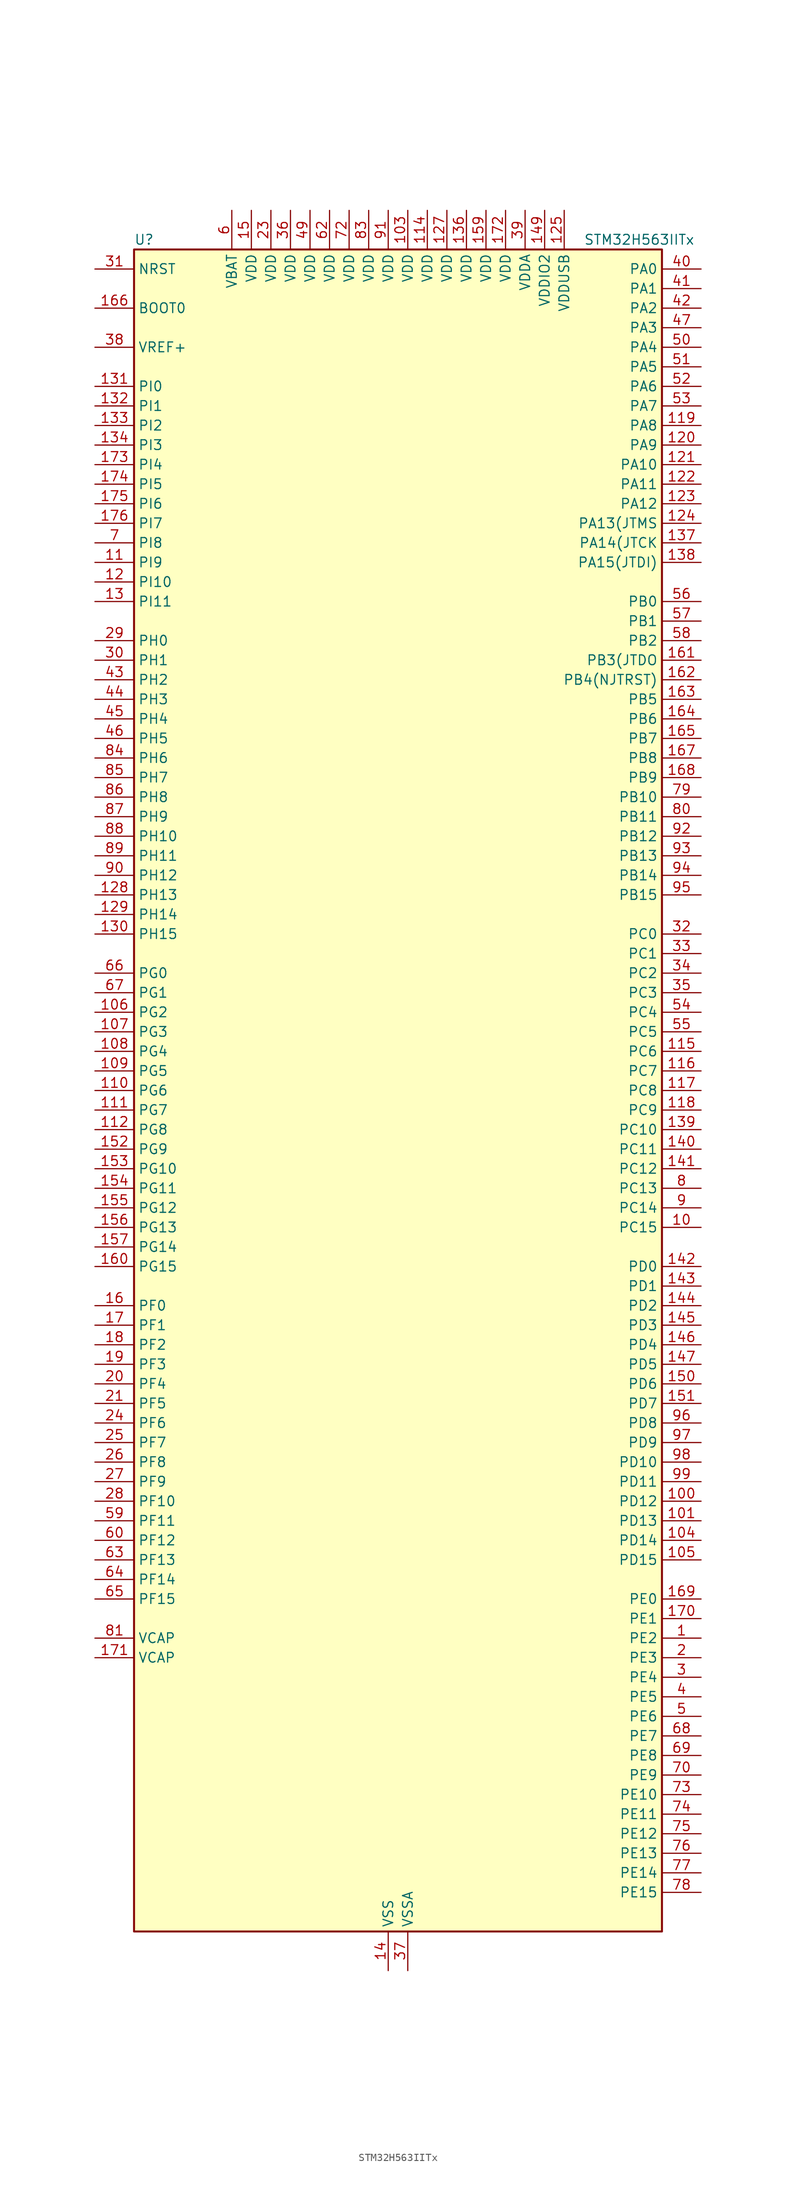
<source format=kicad_sym>
(kicad_symbol_lib
  (version 20231120)
  (generator "kicad_symbol_editor")
  (generator_version "8.0")
  (symbol "STM32H563IITx"
    (property "Reference" "U"
      (at -33.02 110.49 0)
      (effects (font (size 1.27 1.27)) (justify left)))
    (property "Value" "STM32H563IITx"
      (at 25.4 110.49 0)
      (effects (font (size 1.27 1.27)) (justify left)))
    (property "ki_locked" ""
      (at 0 0 0)
      (effects (font (size 1.27 1.27))))
    (symbol "STM32H563IITx_0_1"
      (rectangle (start -33.02 -109.22) (end 35.56 109.22) (stroke (width 0.254) (type default)) (fill (type background))))
    (symbol "STM32H563IITx_1_1"
      (pin bidirectional line (at 40.64 -71.12 180) (length 5.08) (name "PE2" (effects (font (size 1.27 1.27)))) (number "1" (effects (font (size 1.27 1.27)))) (alternate "DCMI_D3" bidirectional line) (alternate "DEBUG_TRACECLK" bidirectional line) (alternate "ETH_TXD3" bidirectional line) (alternate "FMC_A23" bidirectional line) (alternate "LPTIM1_IN2" bidirectional line) (alternate "OCTOSPI1_IO2" bidirectional line) (alternate "PSSI_D3" bidirectional line) (alternate "SAI1_CK1" bidirectional line) (alternate "SAI1_MCLK_A" bidirectional line) (alternate "SPI4_SCK" bidirectional line) (alternate "UART8_TX" bidirectional line) (alternate "USART10_RX" bidirectional line))
      (pin bidirectional line (at 40.64 -17.78 180) (length 5.08) (name "PC15" (effects (font (size 1.27 1.27)))) (number "10" (effects (font (size 1.27 1.27)))) (alternate "ADC1_EXTI15" bidirectional line) (alternate "ADC2_EXTI15" bidirectional line) (alternate "RCC_OSC32_OUT" bidirectional line))
      (pin bidirectional line (at 40.64 -53.34 180) (length 5.08) (name "PD12" (effects (font (size 1.27 1.27)))) (number "100" (effects (font (size 1.27 1.27)))) (alternate "DCMI_D12" bidirectional line) (alternate "FMC_A17" bidirectional line) (alternate "FMC_ALE" bidirectional line) (alternate "I2C4_SCL" bidirectional line) (alternate "I3C1_SCL" bidirectional line) (alternate "LPTIM1_IN1" bidirectional line) (alternate "LPTIM2_IN1" bidirectional line) (alternate "OCTOSPI1_IO1" bidirectional line) (alternate "PSSI_D12" bidirectional line) (alternate "SAI1_D1" bidirectional line) (alternate "SAI2_FS_A" bidirectional line) (alternate "TIM4_CH1" bidirectional line) (alternate "UART4_TX" bidirectional line) (alternate "USART3_RTS" bidirectional line))
      (pin bidirectional line (at 40.64 -55.88 180) (length 5.08) (name "PD13" (effects (font (size 1.27 1.27)))) (number "101" (effects (font (size 1.27 1.27)))) (alternate "DCMI_D13" bidirectional line) (alternate "FMC_A18" bidirectional line) (alternate "I2C4_SDA" bidirectional line) (alternate "I3C1_SDA" bidirectional line) (alternate "LPTIM1_CH1" bidirectional line) (alternate "LPTIM2_CH1" bidirectional line) (alternate "LPTIM4_IN1" bidirectional line) (alternate "OCTOSPI1_IO3" bidirectional line) (alternate "PSSI_D13" bidirectional line) (alternate "SAI2_SCK_A" bidirectional line) (alternate "TIM4_CH2" bidirectional line) (alternate "UART9_RTS" bidirectional line))
      (pin passive line (at 0 -114.3 90) (length 5.08) hide (name "VSS" (effects (font (size 1.27 1.27)))) (number "102" (effects (font (size 1.27 1.27)))))
      (pin power_in line (at 2.54 114.3 270) (length 5.08) (name "VDD" (effects (font (size 1.27 1.27)))) (number "103" (effects (font (size 1.27 1.27)))))
      (pin bidirectional line (at 40.64 -58.42 180) (length 5.08) (name "PD14" (effects (font (size 1.27 1.27)))) (number "104" (effects (font (size 1.27 1.27)))) (alternate "FMC_D0" bidirectional line) (alternate "FMC_DA0" bidirectional line) (alternate "TIM4_CH3" bidirectional line) (alternate "UART8_CTS" bidirectional line) (alternate "UART9_RX" bidirectional line))
      (pin bidirectional line (at 40.64 -60.96 180) (length 5.08) (name "PD15" (effects (font (size 1.27 1.27)))) (number "105" (effects (font (size 1.27 1.27)))) (alternate "ADC1_EXTI15" bidirectional line) (alternate "ADC2_EXTI15" bidirectional line) (alternate "FMC_D1" bidirectional line) (alternate "FMC_DA1" bidirectional line) (alternate "TIM4_CH4" bidirectional line) (alternate "UART8_RTS" bidirectional line) (alternate "UART9_TX" bidirectional line))
      (pin bidirectional line (at -38.1 10.16 0) (length 5.08) (name "PG2" (effects (font (size 1.27 1.27)))) (number "106" (effects (font (size 1.27 1.27)))) (alternate "FMC_A12" bidirectional line) (alternate "LPTIM6_ETR" bidirectional line) (alternate "TIM8_BKIN" bidirectional line) (alternate "UART12_RX" bidirectional line))
      (pin bidirectional line (at -38.1 7.62 0) (length 5.08) (name "PG3" (effects (font (size 1.27 1.27)))) (number "107" (effects (font (size 1.27 1.27)))) (alternate "FMC_A13" bidirectional line) (alternate "LPTIM5_ETR" bidirectional line) (alternate "TIM8_BKIN2" bidirectional line) (alternate "UART12_TX" bidirectional line))
      (pin bidirectional line (at -38.1 5.08 0) (length 5.08) (name "PG4" (effects (font (size 1.27 1.27)))) (number "108" (effects (font (size 1.27 1.27)))) (alternate "FMC_A14" bidirectional line) (alternate "FMC_BA0" bidirectional line) (alternate "LPTIM4_ETR" bidirectional line) (alternate "TIM1_BKIN2" bidirectional line))
      (pin bidirectional line (at -38.1 2.54 0) (length 5.08) (name "PG5" (effects (font (size 1.27 1.27)))) (number "109" (effects (font (size 1.27 1.27)))) (alternate "FMC_A15" bidirectional line) (alternate "FMC_BA1" bidirectional line) (alternate "TIM1_ETR" bidirectional line))
      (pin bidirectional line (at -38.1 68.58 0) (length 5.08) (name "PI9" (effects (font (size 1.27 1.27)))) (number "11" (effects (font (size 1.27 1.27)))) (alternate "DAC1_EXTI9" bidirectional line) (alternate "FDCAN1_RX" bidirectional line) (alternate "UART4_RX" bidirectional line))
      (pin bidirectional line (at -38.1 0 0) (length 5.08) (name "PG6" (effects (font (size 1.27 1.27)))) (number "110" (effects (font (size 1.27 1.27)))) (alternate "DCMI_D12" bidirectional line) (alternate "FMC_NE3" bidirectional line) (alternate "I2C4_SDA" bidirectional line) (alternate "I3C1_SDA" bidirectional line) (alternate "OCTOSPI1_NCS" bidirectional line) (alternate "PSSI_D12" bidirectional line) (alternate "SPI1_RDY" bidirectional line) (alternate "TIM17_BKIN" bidirectional line) (alternate "UCPD1_FRSTX" bidirectional line))
      (pin bidirectional line (at -38.1 -2.54 0) (length 5.08) (name "PG7" (effects (font (size 1.27 1.27)))) (number "111" (effects (font (size 1.27 1.27)))) (alternate "DCMI_D13" bidirectional line) (alternate "FMC_INT" bidirectional line) (alternate "I2C4_SCL" bidirectional line) (alternate "I3C1_SCL" bidirectional line) (alternate "PSSI_D13" bidirectional line) (alternate "SAI1_CK2" bidirectional line) (alternate "SAI1_MCLK_A" bidirectional line) (alternate "UCPD1_FRSTX" bidirectional line) (alternate "USART6_CK" bidirectional line))
      (pin bidirectional line (at -38.1 -5.08 0) (length 5.08) (name "PG8" (effects (font (size 1.27 1.27)))) (number "112" (effects (font (size 1.27 1.27)))) (alternate "ETH_PPS_OUT" bidirectional line) (alternate "FMC_SDCLK" bidirectional line) (alternate "SPI6_NSS" bidirectional line) (alternate "TIM8_ETR" bidirectional line) (alternate "USART6_RTS" bidirectional line))
      (pin passive line (at 0 -114.3 90) (length 5.08) hide (name "VSS" (effects (font (size 1.27 1.27)))) (number "113" (effects (font (size 1.27 1.27)))))
      (pin power_in line (at 5.08 114.3 270) (length 5.08) (name "VDD" (effects (font (size 1.27 1.27)))) (number "114" (effects (font (size 1.27 1.27)))))
      (pin bidirectional line (at 40.64 5.08 180) (length 5.08) (name "PC6" (effects (font (size 1.27 1.27)))) (number "115" (effects (font (size 1.27 1.27)))) (alternate "DCMI_D0" bidirectional line) (alternate "FMC_NWAIT" bidirectional line) (alternate "I2S2_MCK" bidirectional line) (alternate "OCTOSPI1_IO5" bidirectional line) (alternate "PSSI_D0" bidirectional line) (alternate "SAI1_SCK_A" bidirectional line) (alternate "SDMMC1_D0DIR" bidirectional line) (alternate "SDMMC1_D6" bidirectional line) (alternate "SDMMC2_D6" bidirectional line) (alternate "TIM3_CH1" bidirectional line) (alternate "TIM8_CH1" bidirectional line) (alternate "USART6_TX" bidirectional line))
      (pin bidirectional line (at 40.64 2.54 180) (length 5.08) (name "PC7" (effects (font (size 1.27 1.27)))) (number "116" (effects (font (size 1.27 1.27)))) (alternate "DCMI_D1" bidirectional line) (alternate "DEBUG_TRGIO" bidirectional line) (alternate "FMC_NE1" bidirectional line) (alternate "I2S3_MCK" bidirectional line) (alternate "OCTOSPI1_IO6" bidirectional line) (alternate "PSSI_D1" bidirectional line) (alternate "SDMMC1_D123DIR" bidirectional line) (alternate "SDMMC1_D7" bidirectional line) (alternate "SDMMC2_D7" bidirectional line) (alternate "TIM3_CH2" bidirectional line) (alternate "TIM8_CH2" bidirectional line) (alternate "USART6_RX" bidirectional line))
      (pin bidirectional line (at 40.64 0 180) (length 5.08) (name "PC8" (effects (font (size 1.27 1.27)))) (number "117" (effects (font (size 1.27 1.27)))) (alternate "DCMI_D2" bidirectional line) (alternate "DEBUG_TRACED1" bidirectional line) (alternate "FMC_ALE" bidirectional line) (alternate "FMC_INT" bidirectional line) (alternate "FMC_NCE" bidirectional line) (alternate "FMC_NE2" bidirectional line) (alternate "PSSI_D2" bidirectional line) (alternate "SDMMC1_D0" bidirectional line) (alternate "TIM3_CH3" bidirectional line) (alternate "TIM8_CH3" bidirectional line) (alternate "UART5_DE" bidirectional line) (alternate "UART5_RTS" bidirectional line) (alternate "USART6_CK" bidirectional line))
      (pin bidirectional line (at 40.64 -2.54 180) (length 5.08) (name "PC9" (effects (font (size 1.27 1.27)))) (number "118" (effects (font (size 1.27 1.27)))) (alternate "AUDIOCLK" bidirectional line) (alternate "DAC1_EXTI9" bidirectional line) (alternate "DCMI_D3" bidirectional line) (alternate "FMC_CLE" bidirectional line) (alternate "I2C3_SDA" bidirectional line) (alternate "OCTOSPI1_IO0" bidirectional line) (alternate "PSSI_D3" bidirectional line) (alternate "RCC_MCO_2" bidirectional line) (alternate "SDMMC1_D1" bidirectional line) (alternate "TIM3_CH4" bidirectional line) (alternate "TIM8_CH4" bidirectional line) (alternate "UART5_CTS" bidirectional line) (alternate "UCPD1_DB2" bidirectional line))
      (pin bidirectional line (at 40.64 86.36 180) (length 5.08) (name "PA8" (effects (font (size 1.27 1.27)))) (number "119" (effects (font (size 1.27 1.27)))) (alternate "DCMI_D3" bidirectional line) (alternate "FMC_NOE" bidirectional line) (alternate "I2C3_SCL" bidirectional line) (alternate "PSSI_D3" bidirectional line) (alternate "RCC_MCO_1" bidirectional line) (alternate "SPI1_RDY" bidirectional line) (alternate "TIM1_CH1" bidirectional line) (alternate "TIM8_BKIN2" bidirectional line) (alternate "UART7_RX" bidirectional line) (alternate "USART1_CK" bidirectional line) (alternate "USB_SOF" bidirectional line))
      (pin bidirectional line (at -38.1 66.04 0) (length 5.08) (name "PI10" (effects (font (size 1.27 1.27)))) (number "12" (effects (font (size 1.27 1.27)))) (alternate "ETH_RX_ER" bidirectional line) (alternate "FDCAN1_RX" bidirectional line) (alternate "PSSI_D14" bidirectional line))
      (pin bidirectional line (at 40.64 83.82 180) (length 5.08) (name "PA9" (effects (font (size 1.27 1.27)))) (number "120" (effects (font (size 1.27 1.27)))) (alternate "DAC1_EXTI9" bidirectional line) (alternate "DCMI_D0" bidirectional line) (alternate "ETH_TX_ER" bidirectional line) (alternate "FMC_NWE" bidirectional line) (alternate "I2C3_SMBA" bidirectional line) (alternate "I2S2_CK" bidirectional line) (alternate "LPUART1_TX" bidirectional line) (alternate "PSSI_D0" bidirectional line) (alternate "SPI2_SCK" bidirectional line) (alternate "TIM1_CH2" bidirectional line) (alternate "UCPD1_DB1" bidirectional line) (alternate "USART1_TX" bidirectional line))
      (pin bidirectional line (at 40.64 81.28 180) (length 5.08) (name "PA10" (effects (font (size 1.27 1.27)))) (number "121" (effects (font (size 1.27 1.27)))) (alternate "DCMI_D1" bidirectional line) (alternate "FDCAN2_TX" bidirectional line) (alternate "LPTIM2_IN2" bidirectional line) (alternate "LPUART1_RX" bidirectional line) (alternate "PSSI_D1" bidirectional line) (alternate "SDMMC1_D0" bidirectional line) (alternate "TIM1_CH3" bidirectional line) (alternate "UCPD1_FRSTX" bidirectional line) (alternate "USART1_RX" bidirectional line))
      (pin bidirectional line (at 40.64 78.74 180) (length 5.08) (name "PA11" (effects (font (size 1.27 1.27)))) (number "122" (effects (font (size 1.27 1.27)))) (alternate "ADC1_EXTI11" bidirectional line) (alternate "ADC2_EXTI11" bidirectional line) (alternate "FDCAN1_RX" bidirectional line) (alternate "I2S2_WS" bidirectional line) (alternate "LPUART1_CTS" bidirectional line) (alternate "SPI2_NSS" bidirectional line) (alternate "TIM1_CH4" bidirectional line) (alternate "UART4_RX" bidirectional line) (alternate "USART1_CTS" bidirectional line) (alternate "USART1_NSS" bidirectional line) (alternate "USB_DM" bidirectional line))
      (pin bidirectional line (at 40.64 76.2 180) (length 5.08) (name "PA12" (effects (font (size 1.27 1.27)))) (number "123" (effects (font (size 1.27 1.27)))) (alternate "FDCAN1_TX" bidirectional line) (alternate "I2S2_CK" bidirectional line) (alternate "LPUART1_RTS" bidirectional line) (alternate "SAI2_FS_B" bidirectional line) (alternate "SPI2_SCK" bidirectional line) (alternate "TIM1_ETR" bidirectional line) (alternate "UART4_TX" bidirectional line) (alternate "USART1_RTS" bidirectional line) (alternate "USB_DP" bidirectional line))
      (pin bidirectional line (at 40.64 73.66 180) (length 5.08) (name "PA13(JTMS" (effects (font (size 1.27 1.27)))) (number "124" (effects (font (size 1.27 1.27)))) (alternate "DEBUG_JTMS-SWDIO" bidirectional line))
      (pin power_in line (at 22.86 114.3 270) (length 5.08) (name "VDDUSB" (effects (font (size 1.27 1.27)))) (number "125" (effects (font (size 1.27 1.27)))))
      (pin passive line (at 0 -114.3 90) (length 5.08) hide (name "VSS" (effects (font (size 1.27 1.27)))) (number "126" (effects (font (size 1.27 1.27)))))
      (pin power_in line (at 7.62 114.3 270) (length 5.08) (name "VDD" (effects (font (size 1.27 1.27)))) (number "127" (effects (font (size 1.27 1.27)))))
      (pin bidirectional line (at -38.1 25.4 0) (length 5.08) (name "PH13" (effects (font (size 1.27 1.27)))) (number "128" (effects (font (size 1.27 1.27)))) (alternate "DCMI_D3" bidirectional line) (alternate "FDCAN1_TX" bidirectional line) (alternate "LPTIM1_IN2" bidirectional line) (alternate "PSSI_D3" bidirectional line) (alternate "TIM8_CH1N" bidirectional line) (alternate "UART4_TX" bidirectional line) (alternate "UART8_TX" bidirectional line))
      (pin bidirectional line (at -38.1 22.86 0) (length 5.08) (name "PH14" (effects (font (size 1.27 1.27)))) (number "129" (effects (font (size 1.27 1.27)))) (alternate "DCMI_D4" bidirectional line) (alternate "FDCAN1_RX" bidirectional line) (alternate "PSSI_D4" bidirectional line) (alternate "TIM8_CH2N" bidirectional line) (alternate "UART4_RX" bidirectional line))
      (pin bidirectional line (at -38.1 63.5 0) (length 5.08) (name "PI11" (effects (font (size 1.27 1.27)))) (number "13" (effects (font (size 1.27 1.27)))) (alternate "ADC1_EXTI11" bidirectional line) (alternate "ADC2_EXTI11" bidirectional line) (alternate "PSSI_D15" bidirectional line) (alternate "TAMP_IN4" bidirectional line) (alternate "TAMP_OUT5" bidirectional line))
      (pin bidirectional line (at -38.1 20.32 0) (length 5.08) (name "PH15" (effects (font (size 1.27 1.27)))) (number "130" (effects (font (size 1.27 1.27)))) (alternate "ADC1_EXTI15" bidirectional line) (alternate "ADC2_EXTI15" bidirectional line) (alternate "DCMI_D11" bidirectional line) (alternate "PSSI_D11" bidirectional line) (alternate "TIM8_CH3N" bidirectional line))
      (pin bidirectional line (at -38.1 91.44 0) (length 5.08) (name "PI0" (effects (font (size 1.27 1.27)))) (number "131" (effects (font (size 1.27 1.27)))) (alternate "DCMI_D13" bidirectional line) (alternate "I2S2_WS" bidirectional line) (alternate "PSSI_D13" bidirectional line) (alternate "SPI2_NSS" bidirectional line) (alternate "TIM5_CH4" bidirectional line))
      (pin bidirectional line (at -38.1 88.9 0) (length 5.08) (name "PI1" (effects (font (size 1.27 1.27)))) (number "132" (effects (font (size 1.27 1.27)))) (alternate "DCMI_D8" bidirectional line) (alternate "I2S2_CK" bidirectional line) (alternate "PSSI_D8" bidirectional line) (alternate "SPI2_SCK" bidirectional line) (alternate "TIM8_BKIN2" bidirectional line))
      (pin bidirectional line (at -38.1 86.36 0) (length 5.08) (name "PI2" (effects (font (size 1.27 1.27)))) (number "133" (effects (font (size 1.27 1.27)))) (alternate "DCMI_D9" bidirectional line) (alternate "I2S2_SDI" bidirectional line) (alternate "PSSI_D9" bidirectional line) (alternate "SPI2_MISO" bidirectional line) (alternate "TIM8_CH4" bidirectional line))
      (pin bidirectional line (at -38.1 83.82 0) (length 5.08) (name "PI3" (effects (font (size 1.27 1.27)))) (number "134" (effects (font (size 1.27 1.27)))) (alternate "DCMI_D10" bidirectional line) (alternate "I2S2_SDO" bidirectional line) (alternate "PSSI_D10" bidirectional line) (alternate "SPI2_MOSI" bidirectional line) (alternate "TIM8_ETR" bidirectional line))
      (pin passive line (at 0 -114.3 90) (length 5.08) hide (name "VSS" (effects (font (size 1.27 1.27)))) (number "135" (effects (font (size 1.27 1.27)))))
      (pin power_in line (at 10.16 114.3 270) (length 5.08) (name "VDD" (effects (font (size 1.27 1.27)))) (number "136" (effects (font (size 1.27 1.27)))))
      (pin bidirectional line (at 40.64 71.12 180) (length 5.08) (name "PA14(JTCK" (effects (font (size 1.27 1.27)))) (number "137" (effects (font (size 1.27 1.27)))) (alternate "DEBUG_JTCK-SWCLK" bidirectional line))
      (pin bidirectional line (at 40.64 68.58 180) (length 5.08) (name "PA15(JTDI)" (effects (font (size 1.27 1.27)))) (number "138" (effects (font (size 1.27 1.27)))) (alternate "ADC1_EXTI15" bidirectional line) (alternate "ADC2_EXTI15" bidirectional line) (alternate "CEC" bidirectional line) (alternate "DCMI_D11" bidirectional line) (alternate "DEBUG_JTDI" bidirectional line) (alternate "FMC_NBL1" bidirectional line) (alternate "I2S1_WS" bidirectional line) (alternate "I2S3_WS" bidirectional line) (alternate "LPTIM3_IN2" bidirectional line) (alternate "PSSI_D11" bidirectional line) (alternate "SPI1_NSS" bidirectional line) (alternate "SPI3_NSS" bidirectional line) (alternate "SPI6_NSS" bidirectional line) (alternate "TIM2_CH1" bidirectional line) (alternate "TIM2_ETR" bidirectional line) (alternate "UART4_DE" bidirectional line) (alternate "UART4_RTS" bidirectional line) (alternate "UART7_TX" bidirectional line))
      (pin bidirectional line (at 40.64 -5.08 180) (length 5.08) (name "PC10" (effects (font (size 1.27 1.27)))) (number "139" (effects (font (size 1.27 1.27)))) (alternate "DCMI_D8" bidirectional line) (alternate "ETH_TXD0" bidirectional line) (alternate "I2S3_CK" bidirectional line) (alternate "LPTIM3_ETR" bidirectional line) (alternate "OCTOSPI1_IO1" bidirectional line) (alternate "PSSI_D8" bidirectional line) (alternate "SDMMC1_D2" bidirectional line) (alternate "SPI3_SCK" bidirectional line) (alternate "UART4_TX" bidirectional line) (alternate "USART3_TX" bidirectional line))
      (pin power_in line (at 0 -114.3 90) (length 5.08) (name "VSS" (effects (font (size 1.27 1.27)))) (number "14" (effects (font (size 1.27 1.27)))))
      (pin bidirectional line (at 40.64 -7.62 180) (length 5.08) (name "PC11" (effects (font (size 1.27 1.27)))) (number "140" (effects (font (size 1.27 1.27)))) (alternate "ADC1_EXTI11" bidirectional line) (alternate "ADC2_EXTI11" bidirectional line) (alternate "DCMI_D4" bidirectional line) (alternate "I2S3_SDI" bidirectional line) (alternate "LPTIM3_IN1" bidirectional line) (alternate "OCTOSPI1_NCS" bidirectional line) (alternate "PSSI_D4" bidirectional line) (alternate "SDMMC1_D3" bidirectional line) (alternate "SPI3_MISO" bidirectional line) (alternate "UART4_RX" bidirectional line) (alternate "USART3_RX" bidirectional line))
      (pin bidirectional line (at 40.64 -10.16 180) (length 5.08) (name "PC12" (effects (font (size 1.27 1.27)))) (number "141" (effects (font (size 1.27 1.27)))) (alternate "DCMI_D9" bidirectional line) (alternate "DEBUG_TRACED3" bidirectional line) (alternate "I2S3_SDO" bidirectional line) (alternate "PSSI_D9" bidirectional line) (alternate "SDMMC1_CK" bidirectional line) (alternate "SPI3_MOSI" bidirectional line) (alternate "SPI6_SCK" bidirectional line) (alternate "TIM15_CH1" bidirectional line) (alternate "UART5_TX" bidirectional line) (alternate "USART3_CK" bidirectional line))
      (pin bidirectional line (at 40.64 -22.86 180) (length 5.08) (name "PD0" (effects (font (size 1.27 1.27)))) (number "142" (effects (font (size 1.27 1.27)))) (alternate "FDCAN1_RX" bidirectional line) (alternate "FMC_D2" bidirectional line) (alternate "FMC_DA2" bidirectional line) (alternate "TIM8_CH4N" bidirectional line) (alternate "UART4_RX" bidirectional line) (alternate "UART9_CTS" bidirectional line))
      (pin bidirectional line (at 40.64 -25.4 180) (length 5.08) (name "PD1" (effects (font (size 1.27 1.27)))) (number "143" (effects (font (size 1.27 1.27)))) (alternate "FDCAN1_TX" bidirectional line) (alternate "FMC_D3" bidirectional line) (alternate "FMC_DA3" bidirectional line) (alternate "UART4_TX" bidirectional line))
      (pin bidirectional line (at 40.64 -27.94 180) (length 5.08) (name "PD2" (effects (font (size 1.27 1.27)))) (number "144" (effects (font (size 1.27 1.27)))) (alternate "DCMI_D11" bidirectional line) (alternate "DEBUG_TRACED2" bidirectional line) (alternate "LPTIM4_ETR" bidirectional line) (alternate "PSSI_D11" bidirectional line) (alternate "PWR_WKUP7" bidirectional line) (alternate "SDMMC1_CMD" bidirectional line) (alternate "TIM15_BKIN" bidirectional line) (alternate "TIM3_ETR" bidirectional line) (alternate "UART5_RX" bidirectional line))
      (pin bidirectional line (at 40.64 -30.48 180) (length 5.08) (name "PD3" (effects (font (size 1.27 1.27)))) (number "145" (effects (font (size 1.27 1.27)))) (alternate "DCMI_D5" bidirectional line) (alternate "FMC_CLK" bidirectional line) (alternate "I2S2_CK" bidirectional line) (alternate "PSSI_D5" bidirectional line) (alternate "PWR_WKUP8" bidirectional line) (alternate "SPI2_SCK" bidirectional line) (alternate "USART2_CTS" bidirectional line) (alternate "USART2_NSS" bidirectional line))
      (pin bidirectional line (at 40.64 -33.02 180) (length 5.08) (name "PD4" (effects (font (size 1.27 1.27)))) (number "146" (effects (font (size 1.27 1.27)))) (alternate "FMC_NOE" bidirectional line) (alternate "OCTOSPI1_IO4" bidirectional line) (alternate "USART2_RTS" bidirectional line))
      (pin bidirectional line (at 40.64 -35.56 180) (length 5.08) (name "PD5" (effects (font (size 1.27 1.27)))) (number "147" (effects (font (size 1.27 1.27)))) (alternate "FDCAN1_TX" bidirectional line) (alternate "FMC_NWE" bidirectional line) (alternate "OCTOSPI1_IO5" bidirectional line) (alternate "SPI2_RDY" bidirectional line) (alternate "TIM1_CH4N" bidirectional line) (alternate "USART2_TX" bidirectional line))
      (pin passive line (at 0 -114.3 90) (length 5.08) hide (name "VSS" (effects (font (size 1.27 1.27)))) (number "148" (effects (font (size 1.27 1.27)))))
      (pin power_in line (at 20.32 114.3 270) (length 5.08) (name "VDDIO2" (effects (font (size 1.27 1.27)))) (number "149" (effects (font (size 1.27 1.27)))))
      (pin power_in line (at -17.78 114.3 270) (length 5.08) (name "VDD" (effects (font (size 1.27 1.27)))) (number "15" (effects (font (size 1.27 1.27)))))
      (pin bidirectional line (at 40.64 -38.1 180) (length 5.08) (name "PD6" (effects (font (size 1.27 1.27)))) (number "150" (effects (font (size 1.27 1.27)))) (alternate "DCMI_D10" bidirectional line) (alternate "FMC_NWAIT" bidirectional line) (alternate "I2S3_SDO" bidirectional line) (alternate "OCTOSPI1_IO6" bidirectional line) (alternate "PSSI_D10" bidirectional line) (alternate "SAI1_D1" bidirectional line) (alternate "SAI1_SD_A" bidirectional line) (alternate "SDMMC2_CK" bidirectional line) (alternate "SPI3_MOSI" bidirectional line) (alternate "USART2_RX" bidirectional line))
      (pin bidirectional line (at 40.64 -40.64 180) (length 5.08) (name "PD7" (effects (font (size 1.27 1.27)))) (number "151" (effects (font (size 1.27 1.27)))) (alternate "FMC_NCE" bidirectional line) (alternate "FMC_NE1" bidirectional line) (alternate "I2S1_SDO" bidirectional line) (alternate "LPTIM4_OUT" bidirectional line) (alternate "OCTOSPI1_IO7" bidirectional line) (alternate "SDMMC2_CMD" bidirectional line) (alternate "SPI1_MOSI" bidirectional line) (alternate "USART2_CK" bidirectional line))
      (pin bidirectional line (at -38.1 -7.62 0) (length 5.08) (name "PG9" (effects (font (size 1.27 1.27)))) (number "152" (effects (font (size 1.27 1.27)))) (alternate "DAC1_EXTI9" bidirectional line) (alternate "DCMI_VSYNC" bidirectional line) (alternate "FMC_NCE" bidirectional line) (alternate "FMC_NE2" bidirectional line) (alternate "I2S1_SDI" bidirectional line) (alternate "OCTOSPI1_IO6" bidirectional line) (alternate "PSSI_RDY" bidirectional line) (alternate "SAI2_FS_B" bidirectional line) (alternate "SDMMC2_D0" bidirectional line) (alternate "SPI1_MISO" bidirectional line) (alternate "USART6_RX" bidirectional line))
      (pin bidirectional line (at -38.1 -10.16 0) (length 5.08) (name "PG10" (effects (font (size 1.27 1.27)))) (number "153" (effects (font (size 1.27 1.27)))) (alternate "DCMI_D2" bidirectional line) (alternate "FMC_NE3" bidirectional line) (alternate "I2S1_WS" bidirectional line) (alternate "PSSI_D2" bidirectional line) (alternate "SAI2_SD_B" bidirectional line) (alternate "SDMMC2_D1" bidirectional line) (alternate "SPI1_NSS" bidirectional line))
      (pin bidirectional line (at -38.1 -12.7 0) (length 5.08) (name "PG11" (effects (font (size 1.27 1.27)))) (number "154" (effects (font (size 1.27 1.27)))) (alternate "ADC1_EXTI11" bidirectional line) (alternate "ADC2_EXTI11" bidirectional line) (alternate "DCMI_D3" bidirectional line) (alternate "ETH_TX_EN" bidirectional line) (alternate "I2S1_CK" bidirectional line) (alternate "LPTIM1_IN2" bidirectional line) (alternate "PSSI_D3" bidirectional line) (alternate "SDMMC2_D2" bidirectional line) (alternate "SPI1_SCK" bidirectional line) (alternate "USART10_RX" bidirectional line) (alternate "USART11_RTS" bidirectional line))
      (pin bidirectional line (at -38.1 -15.24 0) (length 5.08) (name "PG12" (effects (font (size 1.27 1.27)))) (number "155" (effects (font (size 1.27 1.27)))) (alternate "DCMI_D11" bidirectional line) (alternate "ETH_TXD1" bidirectional line) (alternate "FMC_NE4" bidirectional line) (alternate "LPTIM1_IN1" bidirectional line) (alternate "LPTIM5_CH1" bidirectional line) (alternate "PSSI_D11" bidirectional line) (alternate "PSSI_D15" bidirectional line) (alternate "SDMMC2_D3" bidirectional line) (alternate "SPI6_MISO" bidirectional line) (alternate "USART10_TX" bidirectional line) (alternate "USART6_RTS" bidirectional line))
      (pin bidirectional line (at -38.1 -17.78 0) (length 5.08) (name "PG13" (effects (font (size 1.27 1.27)))) (number "156" (effects (font (size 1.27 1.27)))) (alternate "DEBUG_TRACED0" bidirectional line) (alternate "ETH_TXD0" bidirectional line) (alternate "FMC_A24" bidirectional line) (alternate "LPTIM1_CH1" bidirectional line) (alternate "LPTIM5_CH2" bidirectional line) (alternate "SDMMC2_D6" bidirectional line) (alternate "SPI6_SCK" bidirectional line) (alternate "USART10_CTS" bidirectional line) (alternate "USART10_NSS" bidirectional line) (alternate "USART6_CTS" bidirectional line) (alternate "USART6_NSS" bidirectional line))
      (pin bidirectional line (at -38.1 -20.32 0) (length 5.08) (name "PG14" (effects (font (size 1.27 1.27)))) (number "157" (effects (font (size 1.27 1.27)))) (alternate "DEBUG_TRACED1" bidirectional line) (alternate "ETH_TXD1" bidirectional line) (alternate "FMC_A25" bidirectional line) (alternate "LPTIM1_CH2" bidirectional line) (alternate "LPTIM1_ETR" bidirectional line) (alternate "LPTIM5_IN1" bidirectional line) (alternate "OCTOSPI1_IO7" bidirectional line) (alternate "SDMMC2_D7" bidirectional line) (alternate "SPI6_MOSI" bidirectional line) (alternate "USART10_RTS" bidirectional line) (alternate "USART6_TX" bidirectional line))
      (pin passive line (at 0 -114.3 90) (length 5.08) hide (name "VSS" (effects (font (size 1.27 1.27)))) (number "158" (effects (font (size 1.27 1.27)))))
      (pin power_in line (at 12.7 114.3 270) (length 5.08) (name "VDD" (effects (font (size 1.27 1.27)))) (number "159" (effects (font (size 1.27 1.27)))))
      (pin bidirectional line (at -38.1 -27.94 0) (length 5.08) (name "PF0" (effects (font (size 1.27 1.27)))) (number "16" (effects (font (size 1.27 1.27)))) (alternate "FMC_A0" bidirectional line) (alternate "I2C2_SDA" bidirectional line) (alternate "LPTIM5_CH1" bidirectional line))
      (pin bidirectional line (at -38.1 -22.86 0) (length 5.08) (name "PG15" (effects (font (size 1.27 1.27)))) (number "160" (effects (font (size 1.27 1.27)))) (alternate "ADC1_EXTI15" bidirectional line) (alternate "ADC2_EXTI15" bidirectional line) (alternate "DCMI_D13" bidirectional line) (alternate "FMC_SDNCAS" bidirectional line) (alternate "PSSI_D13" bidirectional line) (alternate "SPI4_RDY" bidirectional line) (alternate "USART10_CK" bidirectional line) (alternate "USART6_CTS" bidirectional line) (alternate "USART6_NSS" bidirectional line))
      (pin bidirectional line (at 40.64 55.88 180) (length 5.08) (name "PB3(JTDO" (effects (font (size 1.27 1.27)))) (number "161" (effects (font (size 1.27 1.27)))) (alternate "CRS_SYNC" bidirectional line) (alternate "DEBUG_JTDO-SWO" bidirectional line) (alternate "I2C2_SDA" bidirectional line) (alternate "I2S1_CK" bidirectional line) (alternate "I2S3_CK" bidirectional line) (alternate "LPTIM6_ETR" bidirectional line) (alternate "SDMMC2_D2" bidirectional line) (alternate "SPI1_SCK" bidirectional line) (alternate "SPI3_SCK" bidirectional line) (alternate "SPI6_SCK" bidirectional line) (alternate "TIM2_CH2" bidirectional line) (alternate "UART12_CTS" bidirectional line) (alternate "UART7_RX" bidirectional line))
      (pin bidirectional line (at 40.64 53.34 180) (length 5.08) (name "PB4(NJTRST)" (effects (font (size 1.27 1.27)))) (number "162" (effects (font (size 1.27 1.27)))) (alternate "DCMI_D7" bidirectional line) (alternate "DEBUG_JTRST" bidirectional line) (alternate "I2S1_SDI" bidirectional line) (alternate "I2S2_WS" bidirectional line) (alternate "I2S3_SDI" bidirectional line) (alternate "LPTIM1_CH2" bidirectional line) (alternate "OCTOSPI1_CLK" bidirectional line) (alternate "PSSI_D7" bidirectional line) (alternate "SDMMC2_D3" bidirectional line) (alternate "SPI1_MISO" bidirectional line) (alternate "SPI2_NSS" bidirectional line) (alternate "SPI3_MISO" bidirectional line) (alternate "SPI6_MISO" bidirectional line) (alternate "TIM16_BKIN" bidirectional line) (alternate "TIM3_CH1" bidirectional line) (alternate "UART7_TX" bidirectional line))
      (pin bidirectional line (at 40.64 50.8 180) (length 5.08) (name "PB5" (effects (font (size 1.27 1.27)))) (number "163" (effects (font (size 1.27 1.27)))) (alternate "DCMI_D10" bidirectional line) (alternate "ETH_PPS_OUT" bidirectional line) (alternate "FDCAN2_RX" bidirectional line) (alternate "FMC_SDCKE1" bidirectional line) (alternate "I2C1_SMBA" bidirectional line) (alternate "I2C4_SMBA" bidirectional line) (alternate "I2S1_SDO" bidirectional line) (alternate "I2S3_SDO" bidirectional line) (alternate "OCTOSPI1_NCLK" bidirectional line) (alternate "PSSI_D10" bidirectional line) (alternate "SPI1_MOSI" bidirectional line) (alternate "SPI3_MOSI" bidirectional line) (alternate "SPI6_MOSI" bidirectional line) (alternate "TIM17_BKIN" bidirectional line) (alternate "TIM3_CH2" bidirectional line) (alternate "UART5_RX" bidirectional line))
      (pin bidirectional line (at 40.64 48.26 180) (length 5.08) (name "PB6" (effects (font (size 1.27 1.27)))) (number "164" (effects (font (size 1.27 1.27)))) (alternate "CEC" bidirectional line) (alternate "DCMI_D5" bidirectional line) (alternate "FDCAN2_TX" bidirectional line) (alternate "FMC_SDNE1" bidirectional line) (alternate "I2C1_SCL" bidirectional line) (alternate "I2C4_SCL" bidirectional line) (alternate "I3C1_SCL" bidirectional line) (alternate "LPUART1_TX" bidirectional line) (alternate "OCTOSPI1_NCS" bidirectional line) (alternate "PSSI_D5" bidirectional line) (alternate "TIM16_CH1N" bidirectional line) (alternate "TIM4_CH1" bidirectional line) (alternate "UART5_TX" bidirectional line) (alternate "USART1_TX" bidirectional line))
      (pin bidirectional line (at 40.64 45.72 180) (length 5.08) (name "PB7" (effects (font (size 1.27 1.27)))) (number "165" (effects (font (size 1.27 1.27)))) (alternate "DCMI_VSYNC" bidirectional line) (alternate "FDCAN1_TX" bidirectional line) (alternate "FMC_NL" bidirectional line) (alternate "I2C1_SDA" bidirectional line) (alternate "I2C4_SDA" bidirectional line) (alternate "I3C1_SDA" bidirectional line) (alternate "LPUART1_RX" bidirectional line) (alternate "PSSI_RDY" bidirectional line) (alternate "PWR_WKUP5" bidirectional line) (alternate "SDMMC2_CKIN" bidirectional line) (alternate "SDMMC2_D5" bidirectional line) (alternate "TIM17_CH1N" bidirectional line) (alternate "TIM4_CH2" bidirectional line) (alternate "USART1_RX" bidirectional line))
      (pin input line (at -38.1 101.6 0) (length 5.08) (name "BOOT0" (effects (font (size 1.27 1.27)))) (number "166" (effects (font (size 1.27 1.27)))))
      (pin bidirectional line (at 40.64 43.18 180) (length 5.08) (name "PB8" (effects (font (size 1.27 1.27)))) (number "167" (effects (font (size 1.27 1.27)))) (alternate "DCMI_D6" bidirectional line) (alternate "ETH_TXD3" bidirectional line) (alternate "FDCAN1_RX" bidirectional line) (alternate "I2C1_SCL" bidirectional line) (alternate "I2C4_SCL" bidirectional line) (alternate "I3C1_SCL" bidirectional line) (alternate "PSSI_D6" bidirectional line) (alternate "SDMMC1_CKIN" bidirectional line) (alternate "SDMMC1_D4" bidirectional line) (alternate "SDMMC2_D4" bidirectional line) (alternate "SPI4_RDY" bidirectional line) (alternate "TIM16_CH1" bidirectional line) (alternate "TIM4_CH3" bidirectional line) (alternate "UART4_RX" bidirectional line))
      (pin bidirectional line (at 40.64 40.64 180) (length 5.08) (name "PB9" (effects (font (size 1.27 1.27)))) (number "168" (effects (font (size 1.27 1.27)))) (alternate "DAC1_EXTI9" bidirectional line) (alternate "DCMI_D7" bidirectional line) (alternate "FDCAN1_TX" bidirectional line) (alternate "I2C1_SDA" bidirectional line) (alternate "I2C4_SDA" bidirectional line) (alternate "I2S2_WS" bidirectional line) (alternate "I3C1_SDA" bidirectional line) (alternate "PSSI_D7" bidirectional line) (alternate "SDMMC1_CDIR" bidirectional line) (alternate "SDMMC1_D5" bidirectional line) (alternate "SDMMC2_CKIN" bidirectional line) (alternate "SDMMC2_D5" bidirectional line) (alternate "SPI2_NSS" bidirectional line) (alternate "TIM17_CH1" bidirectional line) (alternate "TIM4_CH4" bidirectional line) (alternate "UART4_TX" bidirectional line))
      (pin bidirectional line (at 40.64 -66.04 180) (length 5.08) (name "PE0" (effects (font (size 1.27 1.27)))) (number "169" (effects (font (size 1.27 1.27)))) (alternate "DCMI_D2" bidirectional line) (alternate "FDCAN1_RX" bidirectional line) (alternate "FMC_NBL0" bidirectional line) (alternate "LPTIM1_ETR" bidirectional line) (alternate "LPTIM2_CH2" bidirectional line) (alternate "LPTIM2_ETR" bidirectional line) (alternate "PSSI_D2" bidirectional line) (alternate "SAI2_MCLK_A" bidirectional line) (alternate "SPI3_RDY" bidirectional line) (alternate "TIM4_ETR" bidirectional line) (alternate "UART8_RX" bidirectional line))
      (pin bidirectional line (at -38.1 -30.48 0) (length 5.08) (name "PF1" (effects (font (size 1.27 1.27)))) (number "17" (effects (font (size 1.27 1.27)))) (alternate "FMC_A1" bidirectional line) (alternate "I2C2_SCL" bidirectional line) (alternate "LPTIM5_CH2" bidirectional line))
      (pin bidirectional line (at 40.64 -68.58 180) (length 5.08) (name "PE1" (effects (font (size 1.27 1.27)))) (number "170" (effects (font (size 1.27 1.27)))) (alternate "DCMI_D3" bidirectional line) (alternate "FDCAN1_TX" bidirectional line) (alternate "FMC_NBL1" bidirectional line) (alternate "LPTIM1_IN2" bidirectional line) (alternate "PSSI_D3" bidirectional line) (alternate "UART8_TX" bidirectional line))
      (pin power_out line (at -38.1 -73.66 0) (length 5.08) (name "VCAP" (effects (font (size 1.27 1.27)))) (number "171" (effects (font (size 1.27 1.27)))))
      (pin power_in line (at 15.24 114.3 270) (length 5.08) (name "VDD" (effects (font (size 1.27 1.27)))) (number "172" (effects (font (size 1.27 1.27)))))
      (pin bidirectional line (at -38.1 81.28 0) (length 5.08) (name "PI4" (effects (font (size 1.27 1.27)))) (number "173" (effects (font (size 1.27 1.27)))) (alternate "DCMI_D5" bidirectional line) (alternate "PSSI_D5" bidirectional line) (alternate "SAI2_MCLK_A" bidirectional line) (alternate "SPI2_RDY" bidirectional line) (alternate "TIM8_BKIN" bidirectional line))
      (pin bidirectional line (at -38.1 78.74 0) (length 5.08) (name "PI5" (effects (font (size 1.27 1.27)))) (number "174" (effects (font (size 1.27 1.27)))) (alternate "DCMI_VSYNC" bidirectional line) (alternate "PSSI_RDY" bidirectional line) (alternate "SAI2_SCK_A" bidirectional line) (alternate "TIM8_CH1" bidirectional line))
      (pin bidirectional line (at -38.1 76.2 0) (length 5.08) (name "PI6" (effects (font (size 1.27 1.27)))) (number "175" (effects (font (size 1.27 1.27)))) (alternate "DCMI_D6" bidirectional line) (alternate "PSSI_D6" bidirectional line) (alternate "SAI2_SD_A" bidirectional line) (alternate "TIM8_CH2" bidirectional line))
      (pin bidirectional line (at -38.1 73.66 0) (length 5.08) (name "PI7" (effects (font (size 1.27 1.27)))) (number "176" (effects (font (size 1.27 1.27)))) (alternate "DCMI_D7" bidirectional line) (alternate "PSSI_D7" bidirectional line) (alternate "SAI2_FS_A" bidirectional line) (alternate "TIM8_CH3" bidirectional line))
      (pin bidirectional line (at -38.1 -33.02 0) (length 5.08) (name "PF2" (effects (font (size 1.27 1.27)))) (number "18" (effects (font (size 1.27 1.27)))) (alternate "FMC_A2" bidirectional line) (alternate "I2C2_SMBA" bidirectional line) (alternate "LPTIM3_CH2" bidirectional line) (alternate "LPTIM3_IN2" bidirectional line) (alternate "LPTIM5_IN1" bidirectional line) (alternate "UART12_TX" bidirectional line) (alternate "USART11_CK" bidirectional line))
      (pin bidirectional line (at -38.1 -35.56 0) (length 5.08) (name "PF3" (effects (font (size 1.27 1.27)))) (number "19" (effects (font (size 1.27 1.27)))) (alternate "FMC_A3" bidirectional line) (alternate "LPTIM3_IN1" bidirectional line) (alternate "LPTIM5_IN2" bidirectional line) (alternate "USART11_TX" bidirectional line))
      (pin bidirectional line (at 40.64 -73.66 180) (length 5.08) (name "PE3" (effects (font (size 1.27 1.27)))) (number "2" (effects (font (size 1.27 1.27)))) (alternate "DEBUG_TRACED0" bidirectional line) (alternate "FMC_A19" bidirectional line) (alternate "SAI1_SD_B" bidirectional line) (alternate "TAMP_IN6" bidirectional line) (alternate "TAMP_OUT3" bidirectional line) (alternate "TIM15_BKIN" bidirectional line) (alternate "USART10_TX" bidirectional line))
      (pin bidirectional line (at -38.1 -38.1 0) (length 5.08) (name "PF4" (effects (font (size 1.27 1.27)))) (number "20" (effects (font (size 1.27 1.27)))) (alternate "FMC_A4" bidirectional line) (alternate "LPTIM3_ETR" bidirectional line) (alternate "USART11_RX" bidirectional line))
      (pin bidirectional line (at -38.1 -40.64 0) (length 5.08) (name "PF5" (effects (font (size 1.27 1.27)))) (number "21" (effects (font (size 1.27 1.27)))) (alternate "FMC_A5" bidirectional line) (alternate "I2C4_SCL" bidirectional line) (alternate "I3C1_SCL" bidirectional line) (alternate "LPTIM3_CH1" bidirectional line) (alternate "LPTIM3_IN1" bidirectional line) (alternate "UART12_RX" bidirectional line) (alternate "USART11_CTS" bidirectional line) (alternate "USART11_NSS" bidirectional line))
      (pin passive line (at 0 -114.3 90) (length 5.08) hide (name "VSS" (effects (font (size 1.27 1.27)))) (number "22" (effects (font (size 1.27 1.27)))))
      (pin power_in line (at -15.24 114.3 270) (length 5.08) (name "VDD" (effects (font (size 1.27 1.27)))) (number "23" (effects (font (size 1.27 1.27)))))
      (pin bidirectional line (at -38.1 -43.18 0) (length 5.08) (name "PF6" (effects (font (size 1.27 1.27)))) (number "24" (effects (font (size 1.27 1.27)))) (alternate "LPTIM5_CH1" bidirectional line) (alternate "OCTOSPI1_IO3" bidirectional line) (alternate "SAI1_SD_B" bidirectional line) (alternate "SPI5_NSS" bidirectional line) (alternate "TIM16_CH1" bidirectional line) (alternate "UART7_RX" bidirectional line))
      (pin bidirectional line (at -38.1 -45.72 0) (length 5.08) (name "PF7" (effects (font (size 1.27 1.27)))) (number "25" (effects (font (size 1.27 1.27)))) (alternate "LPTIM5_CH2" bidirectional line) (alternate "OCTOSPI1_IO2" bidirectional line) (alternate "SAI1_MCLK_B" bidirectional line) (alternate "SPI5_SCK" bidirectional line) (alternate "TIM17_CH1" bidirectional line) (alternate "UART7_TX" bidirectional line))
      (pin bidirectional line (at -38.1 -48.26 0) (length 5.08) (name "PF8" (effects (font (size 1.27 1.27)))) (number "26" (effects (font (size 1.27 1.27)))) (alternate "LPTIM5_IN1" bidirectional line) (alternate "OCTOSPI1_IO0" bidirectional line) (alternate "SAI1_SCK_B" bidirectional line) (alternate "SPI5_MISO" bidirectional line) (alternate "TIM13_CH1" bidirectional line) (alternate "TIM16_CH1N" bidirectional line) (alternate "UART7_RTS" bidirectional line))
      (pin bidirectional line (at -38.1 -50.8 0) (length 5.08) (name "PF9" (effects (font (size 1.27 1.27)))) (number "27" (effects (font (size 1.27 1.27)))) (alternate "DAC1_EXTI9" bidirectional line) (alternate "LPTIM5_IN2" bidirectional line) (alternate "OCTOSPI1_IO1" bidirectional line) (alternate "SAI1_FS_B" bidirectional line) (alternate "SPI5_MOSI" bidirectional line) (alternate "TIM14_CH1" bidirectional line) (alternate "TIM17_CH1N" bidirectional line) (alternate "UART7_CTS" bidirectional line))
      (pin bidirectional line (at -38.1 -53.34 0) (length 5.08) (name "PF10" (effects (font (size 1.27 1.27)))) (number "28" (effects (font (size 1.27 1.27)))) (alternate "DCMI_D11" bidirectional line) (alternate "OCTOSPI1_CLK" bidirectional line) (alternate "PSSI_D11" bidirectional line) (alternate "PSSI_D15" bidirectional line) (alternate "SAI1_D3" bidirectional line) (alternate "TIM16_BKIN" bidirectional line))
      (pin bidirectional line (at -38.1 58.42 0) (length 5.08) (name "PH0" (effects (font (size 1.27 1.27)))) (number "29" (effects (font (size 1.27 1.27)))) (alternate "RCC_OSC_IN" bidirectional line))
      (pin bidirectional line (at 40.64 -76.2 180) (length 5.08) (name "PE4" (effects (font (size 1.27 1.27)))) (number "3" (effects (font (size 1.27 1.27)))) (alternate "DCMI_D4" bidirectional line) (alternate "DEBUG_TRACED1" bidirectional line) (alternate "FMC_A20" bidirectional line) (alternate "PSSI_D4" bidirectional line) (alternate "SAI1_D2" bidirectional line) (alternate "SAI1_FS_A" bidirectional line) (alternate "SPI4_NSS" bidirectional line) (alternate "TAMP_IN7" bidirectional line) (alternate "TAMP_OUT8" bidirectional line) (alternate "TIM15_CH1N" bidirectional line))
      (pin bidirectional line (at -38.1 55.88 0) (length 5.08) (name "PH1" (effects (font (size 1.27 1.27)))) (number "30" (effects (font (size 1.27 1.27)))) (alternate "RCC_OSC_OUT" bidirectional line))
      (pin input line (at -38.1 106.68 0) (length 5.08) (name "NRST" (effects (font (size 1.27 1.27)))) (number "31" (effects (font (size 1.27 1.27)))))
      (pin bidirectional line (at 40.64 20.32 180) (length 5.08) (name "PC0" (effects (font (size 1.27 1.27)))) (number "32" (effects (font (size 1.27 1.27)))) (alternate "ADC1_INP10" bidirectional line) (alternate "ADC2_INP10" bidirectional line) (alternate "FMC_A25" bidirectional line) (alternate "FMC_SDNWE" bidirectional line) (alternate "OCTOSPI1_IO7" bidirectional line) (alternate "SAI1_MCLK_A" bidirectional line) (alternate "SAI2_FS_B" bidirectional line) (alternate "SPI2_RDY" bidirectional line) (alternate "TIM16_BKIN" bidirectional line))
      (pin bidirectional line (at 40.64 17.78 180) (length 5.08) (name "PC1" (effects (font (size 1.27 1.27)))) (number "33" (effects (font (size 1.27 1.27)))) (alternate "ADC1_INN10" bidirectional line) (alternate "ADC1_INP11" bidirectional line) (alternate "ADC2_INN10" bidirectional line) (alternate "ADC2_INP11" bidirectional line) (alternate "DEBUG_TRACED0" bidirectional line) (alternate "ETH_MDC" bidirectional line) (alternate "I2S2_SDO" bidirectional line) (alternate "OCTOSPI1_IO4" bidirectional line) (alternate "PWR_WKUP6" bidirectional line) (alternate "SAI1_D1" bidirectional line) (alternate "SAI1_SD_A" bidirectional line) (alternate "SAI2_SD_A" bidirectional line) (alternate "SDMMC2_CK" bidirectional line) (alternate "SPI2_MOSI" bidirectional line) (alternate "TAMP_IN3" bidirectional line) (alternate "TAMP_OUT5" bidirectional line) (alternate "USART11_RTS" bidirectional line))
      (pin bidirectional line (at 40.64 15.24 180) (length 5.08) (name "PC2" (effects (font (size 1.27 1.27)))) (number "34" (effects (font (size 1.27 1.27)))) (alternate "ADC1_INN11" bidirectional line) (alternate "ADC1_INP12" bidirectional line) (alternate "ADC2_INN11" bidirectional line) (alternate "ADC2_INP12" bidirectional line) (alternate "ETH_TXD2" bidirectional line) (alternate "FMC_SDNE0" bidirectional line) (alternate "I2S2_SDI" bidirectional line) (alternate "OCTOSPI1_IO2" bidirectional line) (alternate "OCTOSPI1_IO5" bidirectional line) (alternate "PWR_CSLEEP" bidirectional line) (alternate "SPI2_MISO" bidirectional line) (alternate "TIM17_CH1" bidirectional line) (alternate "TIM4_CH4" bidirectional line))
      (pin bidirectional line (at 40.64 12.7 180) (length 5.08) (name "PC3" (effects (font (size 1.27 1.27)))) (number "35" (effects (font (size 1.27 1.27)))) (alternate "ADC1_INN12" bidirectional line) (alternate "ADC1_INP13" bidirectional line) (alternate "ADC2_INN12" bidirectional line) (alternate "ADC2_INP13" bidirectional line) (alternate "ETH_TX_CLK" bidirectional line) (alternate "FMC_SDCKE0" bidirectional line) (alternate "I2S2_SDO" bidirectional line) (alternate "LPTIM3_CH1" bidirectional line) (alternate "OCTOSPI1_IO0" bidirectional line) (alternate "OCTOSPI1_IO6" bidirectional line) (alternate "PWR_CSTOP" bidirectional line) (alternate "SAI1_D3" bidirectional line) (alternate "SPI2_MOSI" bidirectional line))
      (pin power_in line (at -12.7 114.3 270) (length 5.08) (name "VDD" (effects (font (size 1.27 1.27)))) (number "36" (effects (font (size 1.27 1.27)))))
      (pin power_in line (at 2.54 -114.3 90) (length 5.08) (name "VSSA" (effects (font (size 1.27 1.27)))) (number "37" (effects (font (size 1.27 1.27)))))
      (pin input line (at -38.1 96.52 0) (length 5.08) (name "VREF+" (effects (font (size 1.27 1.27)))) (number "38" (effects (font (size 1.27 1.27)))))
      (pin power_in line (at 17.78 114.3 270) (length 5.08) (name "VDDA" (effects (font (size 1.27 1.27)))) (number "39" (effects (font (size 1.27 1.27)))))
      (pin bidirectional line (at 40.64 -78.74 180) (length 5.08) (name "PE5" (effects (font (size 1.27 1.27)))) (number "4" (effects (font (size 1.27 1.27)))) (alternate "DCMI_D6" bidirectional line) (alternate "DEBUG_TRACED2" bidirectional line) (alternate "FMC_A21" bidirectional line) (alternate "PSSI_D6" bidirectional line) (alternate "SAI1_CK2" bidirectional line) (alternate "SAI1_SCK_A" bidirectional line) (alternate "SPI4_MISO" bidirectional line) (alternate "TAMP_IN8" bidirectional line) (alternate "TAMP_OUT7" bidirectional line) (alternate "TIM15_CH1" bidirectional line))
      (pin bidirectional line (at 40.64 106.68 180) (length 5.08) (name "PA0" (effects (font (size 1.27 1.27)))) (number "40" (effects (font (size 1.27 1.27)))) (alternate "ADC1_INN1" bidirectional line) (alternate "ADC1_INP0" bidirectional line) (alternate "ADC2_INN1" bidirectional line) (alternate "ADC2_INP0" bidirectional line) (alternate "ETH_CRS" bidirectional line) (alternate "PWR_WKUP1" bidirectional line) (alternate "SAI2_SD_B" bidirectional line) (alternate "SDMMC2_CMD" bidirectional line) (alternate "SPI3_RDY" bidirectional line) (alternate "SPI6_NSS" bidirectional line) (alternate "TAMP_IN2" bidirectional line) (alternate "TAMP_OUT1" bidirectional line) (alternate "TIM15_BKIN" bidirectional line) (alternate "TIM2_CH1" bidirectional line) (alternate "TIM2_ETR" bidirectional line) (alternate "TIM5_CH1" bidirectional line) (alternate "TIM8_ETR" bidirectional line) (alternate "UART4_TX" bidirectional line) (alternate "USART2_CTS" bidirectional line) (alternate "USART2_NSS" bidirectional line))
      (pin bidirectional line (at 40.64 104.14 180) (length 5.08) (name "PA1" (effects (font (size 1.27 1.27)))) (number "41" (effects (font (size 1.27 1.27)))) (alternate "ADC1_INP1" bidirectional line) (alternate "ADC2_INP1" bidirectional line) (alternate "ETH_REF_CLK" bidirectional line) (alternate "ETH_RX_CLK" bidirectional line) (alternate "LPTIM1_IN1" bidirectional line) (alternate "OCTOSPI1_DQS" bidirectional line) (alternate "OCTOSPI1_IO3" bidirectional line) (alternate "SAI2_MCLK_B" bidirectional line) (alternate "TAMP_IN5" bidirectional line) (alternate "TAMP_OUT4" bidirectional line) (alternate "TIM15_CH1N" bidirectional line) (alternate "TIM2_CH2" bidirectional line) (alternate "TIM5_CH2" bidirectional line) (alternate "UART4_RX" bidirectional line) (alternate "USART2_RTS" bidirectional line))
      (pin bidirectional line (at 40.64 101.6 180) (length 5.08) (name "PA2" (effects (font (size 1.27 1.27)))) (number "42" (effects (font (size 1.27 1.27)))) (alternate "ADC1_INP14" bidirectional line) (alternate "ADC2_INP14" bidirectional line) (alternate "ETH_MDIO" bidirectional line) (alternate "LPTIM1_IN2" bidirectional line) (alternate "PWR_WKUP2" bidirectional line) (alternate "SAI2_SCK_B" bidirectional line) (alternate "TAMP_IN4" bidirectional line) (alternate "TAMP_OUT3" bidirectional line) (alternate "TIM15_CH1" bidirectional line) (alternate "TIM2_CH3" bidirectional line) (alternate "TIM5_CH3" bidirectional line) (alternate "USART2_TX" bidirectional line))
      (pin bidirectional line (at -38.1 53.34 0) (length 5.08) (name "PH2" (effects (font (size 1.27 1.27)))) (number "43" (effects (font (size 1.27 1.27)))) (alternate "ETH_CRS" bidirectional line) (alternate "FMC_SDCKE0" bidirectional line) (alternate "LPTIM1_IN2" bidirectional line) (alternate "OCTOSPI1_IO4" bidirectional line) (alternate "SAI2_SCK_B" bidirectional line))
      (pin bidirectional line (at -38.1 50.8 0) (length 5.08) (name "PH3" (effects (font (size 1.27 1.27)))) (number "44" (effects (font (size 1.27 1.27)))) (alternate "ETH_COL" bidirectional line) (alternate "FMC_SDNE0" bidirectional line) (alternate "OCTOSPI1_IO5" bidirectional line) (alternate "SAI2_MCLK_B" bidirectional line))
      (pin bidirectional line (at -38.1 48.26 0) (length 5.08) (name "PH4" (effects (font (size 1.27 1.27)))) (number "45" (effects (font (size 1.27 1.27)))) (alternate "I2C2_SCL" bidirectional line) (alternate "PSSI_D14" bidirectional line) (alternate "SPI5_RDY" bidirectional line) (alternate "SPI6_RDY" bidirectional line))
      (pin bidirectional line (at -38.1 45.72 0) (length 5.08) (name "PH5" (effects (font (size 1.27 1.27)))) (number "46" (effects (font (size 1.27 1.27)))) (alternate "FMC_SDNWE" bidirectional line) (alternate "I2C2_SDA" bidirectional line) (alternate "SPI5_NSS" bidirectional line) (alternate "SPI6_RDY" bidirectional line))
      (pin bidirectional line (at 40.64 99.06 180) (length 5.08) (name "PA3" (effects (font (size 1.27 1.27)))) (number "47" (effects (font (size 1.27 1.27)))) (alternate "ADC1_INP15" bidirectional line) (alternate "ADC2_INP15" bidirectional line) (alternate "ETH_COL" bidirectional line) (alternate "I2S2_WS" bidirectional line) (alternate "OCTOSPI1_CLK" bidirectional line) (alternate "SAI1_SD_B" bidirectional line) (alternate "SPI2_NSS" bidirectional line) (alternate "TIM15_CH2" bidirectional line) (alternate "TIM2_CH4" bidirectional line) (alternate "TIM5_CH4" bidirectional line) (alternate "USART2_RX" bidirectional line))
      (pin passive line (at 0 -114.3 90) (length 5.08) hide (name "VSS" (effects (font (size 1.27 1.27)))) (number "48" (effects (font (size 1.27 1.27)))))
      (pin power_in line (at -10.16 114.3 270) (length 5.08) (name "VDD" (effects (font (size 1.27 1.27)))) (number "49" (effects (font (size 1.27 1.27)))))
      (pin bidirectional line (at 40.64 -81.28 180) (length 5.08) (name "PE6" (effects (font (size 1.27 1.27)))) (number "5" (effects (font (size 1.27 1.27)))) (alternate "DCMI_D7" bidirectional line) (alternate "DEBUG_TRACED3" bidirectional line) (alternate "FMC_A22" bidirectional line) (alternate "PSSI_D7" bidirectional line) (alternate "SAI1_D1" bidirectional line) (alternate "SAI1_SD_A" bidirectional line) (alternate "SAI2_MCLK_B" bidirectional line) (alternate "SPI4_MOSI" bidirectional line) (alternate "TAMP_IN3" bidirectional line) (alternate "TAMP_OUT6" bidirectional line) (alternate "TIM15_CH2" bidirectional line) (alternate "TIM1_BKIN2" bidirectional line))
      (pin bidirectional line (at 40.64 96.52 180) (length 5.08) (name "PA4" (effects (font (size 1.27 1.27)))) (number "50" (effects (font (size 1.27 1.27)))) (alternate "ADC1_INP18" bidirectional line) (alternate "ADC2_INP18" bidirectional line) (alternate "DAC1_OUT1" bidirectional line) (alternate "DCMI_HSYNC" bidirectional line) (alternate "I2S1_WS" bidirectional line) (alternate "I2S3_WS" bidirectional line) (alternate "LPTIM2_CH1" bidirectional line) (alternate "PSSI_DE" bidirectional line) (alternate "SPI1_NSS" bidirectional line) (alternate "SPI3_NSS" bidirectional line) (alternate "SPI6_NSS" bidirectional line) (alternate "TIM5_ETR" bidirectional line) (alternate "USART2_CK" bidirectional line))
      (pin bidirectional line (at 40.64 93.98 180) (length 5.08) (name "PA5" (effects (font (size 1.27 1.27)))) (number "51" (effects (font (size 1.27 1.27)))) (alternate "ADC1_INN18" bidirectional line) (alternate "ADC1_INP19" bidirectional line) (alternate "ADC2_INN18" bidirectional line) (alternate "ADC2_INP19" bidirectional line) (alternate "DAC1_OUT2" bidirectional line) (alternate "ETH_TX_EN" bidirectional line) (alternate "I2S1_CK" bidirectional line) (alternate "PSSI_D14" bidirectional line) (alternate "SPI1_SCK" bidirectional line) (alternate "SPI6_SCK" bidirectional line) (alternate "TIM2_CH1" bidirectional line) (alternate "TIM2_ETR" bidirectional line) (alternate "TIM8_CH1N" bidirectional line))
      (pin bidirectional line (at 40.64 91.44 180) (length 5.08) (name "PA6" (effects (font (size 1.27 1.27)))) (number "52" (effects (font (size 1.27 1.27)))) (alternate "ADC1_INP3" bidirectional line) (alternate "ADC2_INP3" bidirectional line) (alternate "DCMI_PIXCLK" bidirectional line) (alternate "I2S1_SDI" bidirectional line) (alternate "OCTOSPI1_IO3" bidirectional line) (alternate "PSSI_PDCK" bidirectional line) (alternate "SPI1_MISO" bidirectional line) (alternate "SPI6_MISO" bidirectional line) (alternate "TIM13_CH1" bidirectional line) (alternate "TIM1_BKIN" bidirectional line) (alternate "TIM3_CH1" bidirectional line) (alternate "TIM8_BKIN" bidirectional line) (alternate "USART11_TX" bidirectional line))
      (pin bidirectional line (at 40.64 88.9 180) (length 5.08) (name "PA7" (effects (font (size 1.27 1.27)))) (number "53" (effects (font (size 1.27 1.27)))) (alternate "ADC1_INN3" bidirectional line) (alternate "ADC1_INP7" bidirectional line) (alternate "ADC2_INN3" bidirectional line) (alternate "ADC2_INP7" bidirectional line) (alternate "ETH_CRS_DV" bidirectional line) (alternate "ETH_RX_DV" bidirectional line) (alternate "FMC_NWE" bidirectional line) (alternate "FMC_SDNWE" bidirectional line) (alternate "I2S1_SDO" bidirectional line) (alternate "OCTOSPI1_IO2" bidirectional line) (alternate "SPI1_MOSI" bidirectional line) (alternate "SPI6_MOSI" bidirectional line) (alternate "TIM14_CH1" bidirectional line) (alternate "TIM1_CH1N" bidirectional line) (alternate "TIM3_CH2" bidirectional line) (alternate "TIM8_CH1N" bidirectional line) (alternate "USART11_RX" bidirectional line))
      (pin bidirectional line (at 40.64 10.16 180) (length 5.08) (name "PC4" (effects (font (size 1.27 1.27)))) (number "54" (effects (font (size 1.27 1.27)))) (alternate "ADC1_INP4" bidirectional line) (alternate "ADC2_INP4" bidirectional line) (alternate "ETH_RXD0" bidirectional line) (alternate "FMC_SDNE0" bidirectional line) (alternate "I2S1_MCK" bidirectional line) (alternate "LPTIM2_ETR" bidirectional line) (alternate "SAI1_CK1" bidirectional line) (alternate "TIM2_CH4" bidirectional line) (alternate "USART3_RX" bidirectional line))
      (pin bidirectional line (at 40.64 7.62 180) (length 5.08) (name "PC5" (effects (font (size 1.27 1.27)))) (number "55" (effects (font (size 1.27 1.27)))) (alternate "ADC1_INN4" bidirectional line) (alternate "ADC1_INP8" bidirectional line) (alternate "ADC2_INN4" bidirectional line) (alternate "ADC2_INP8" bidirectional line) (alternate "ETH_RXD1" bidirectional line) (alternate "FMC_SDCKE0" bidirectional line) (alternate "OCTOSPI1_DQS" bidirectional line) (alternate "PSSI_D15" bidirectional line) (alternate "SAI1_D3" bidirectional line) (alternate "SAI1_FS_A" bidirectional line) (alternate "TIM1_CH4N" bidirectional line) (alternate "UART12_RTS" bidirectional line))
      (pin bidirectional line (at 40.64 63.5 180) (length 5.08) (name "PB0" (effects (font (size 1.27 1.27)))) (number "56" (effects (font (size 1.27 1.27)))) (alternate "ADC1_INN5" bidirectional line) (alternate "ADC1_INP9" bidirectional line) (alternate "ADC2_INN5" bidirectional line) (alternate "ADC2_INP9" bidirectional line) (alternate "ETH_RXD2" bidirectional line) (alternate "LPTIM3_CH1" bidirectional line) (alternate "OCTOSPI1_IO1" bidirectional line) (alternate "TIM1_CH2N" bidirectional line) (alternate "TIM3_CH3" bidirectional line) (alternate "TIM8_CH2N" bidirectional line) (alternate "UART4_CTS" bidirectional line) (alternate "USART11_CK" bidirectional line))
      (pin bidirectional line (at 40.64 60.96 180) (length 5.08) (name "PB1" (effects (font (size 1.27 1.27)))) (number "57" (effects (font (size 1.27 1.27)))) (alternate "ADC1_INP5" bidirectional line) (alternate "ADC2_INP5" bidirectional line) (alternate "ETH_RXD3" bidirectional line) (alternate "LPTIM3_CH2" bidirectional line) (alternate "OCTOSPI1_IO0" bidirectional line) (alternate "TIM1_CH3N" bidirectional line) (alternate "TIM3_CH4" bidirectional line) (alternate "TIM8_CH3N" bidirectional line))
      (pin bidirectional line (at 40.64 58.42 180) (length 5.08) (name "PB2" (effects (font (size 1.27 1.27)))) (number "58" (effects (font (size 1.27 1.27)))) (alternate "I2S3_SDO" bidirectional line) (alternate "LPTIM1_CH1" bidirectional line) (alternate "LPTIM5_ETR" bidirectional line) (alternate "OCTOSPI1_CLK" bidirectional line) (alternate "OCTOSPI1_DQS" bidirectional line) (alternate "RCC_LSCO" bidirectional line) (alternate "RTC_OUT2" bidirectional line) (alternate "SAI1_D1" bidirectional line) (alternate "SAI1_SD_A" bidirectional line) (alternate "SDMMC1_CMD" bidirectional line) (alternate "SPI1_RDY" bidirectional line) (alternate "SPI3_MOSI" bidirectional line) (alternate "TIM8_CH4N" bidirectional line))
      (pin bidirectional line (at -38.1 -55.88 0) (length 5.08) (name "PF11" (effects (font (size 1.27 1.27)))) (number "59" (effects (font (size 1.27 1.27)))) (alternate "ADC1_EXTI11" bidirectional line) (alternate "ADC1_INP2" bidirectional line) (alternate "ADC2_EXTI11" bidirectional line) (alternate "DCMI_D12" bidirectional line) (alternate "FMC_SDNRAS" bidirectional line) (alternate "LPTIM6_CH1" bidirectional line) (alternate "OCTOSPI1_NCLK" bidirectional line) (alternate "PSSI_D12" bidirectional line) (alternate "SAI2_SD_B" bidirectional line) (alternate "SPI5_MOSI" bidirectional line))
      (pin power_in line (at -20.32 114.3 270) (length 5.08) (name "VBAT" (effects (font (size 1.27 1.27)))) (number "6" (effects (font (size 1.27 1.27)))))
      (pin bidirectional line (at -38.1 -58.42 0) (length 5.08) (name "PF12" (effects (font (size 1.27 1.27)))) (number "60" (effects (font (size 1.27 1.27)))) (alternate "ADC1_INN2" bidirectional line) (alternate "ADC1_INP6" bidirectional line) (alternate "FMC_A6" bidirectional line) (alternate "LPTIM6_CH2" bidirectional line))
      (pin passive line (at 0 -114.3 90) (length 5.08) hide (name "VSS" (effects (font (size 1.27 1.27)))) (number "61" (effects (font (size 1.27 1.27)))))
      (pin power_in line (at -7.62 114.3 270) (length 5.08) (name "VDD" (effects (font (size 1.27 1.27)))) (number "62" (effects (font (size 1.27 1.27)))))
      (pin bidirectional line (at -38.1 -60.96 0) (length 5.08) (name "PF13" (effects (font (size 1.27 1.27)))) (number "63" (effects (font (size 1.27 1.27)))) (alternate "ADC2_INP2" bidirectional line) (alternate "FMC_A7" bidirectional line) (alternate "I2C4_SMBA" bidirectional line) (alternate "LPTIM6_IN1" bidirectional line))
      (pin bidirectional line (at -38.1 -63.5 0) (length 5.08) (name "PF14" (effects (font (size 1.27 1.27)))) (number "64" (effects (font (size 1.27 1.27)))) (alternate "ADC2_INN2" bidirectional line) (alternate "ADC2_INP6" bidirectional line) (alternate "FMC_A8" bidirectional line) (alternate "LPTIM6_IN2" bidirectional line))
      (pin bidirectional line (at -38.1 -66.04 0) (length 5.08) (name "PF15" (effects (font (size 1.27 1.27)))) (number "65" (effects (font (size 1.27 1.27)))) (alternate "ADC1_EXTI15" bidirectional line) (alternate "ADC2_EXTI15" bidirectional line) (alternate "FMC_A9" bidirectional line) (alternate "I2C4_SDA" bidirectional line) (alternate "I3C1_SDA" bidirectional line))
      (pin bidirectional line (at -38.1 15.24 0) (length 5.08) (name "PG0" (effects (font (size 1.27 1.27)))) (number "66" (effects (font (size 1.27 1.27)))) (alternate "FMC_A10" bidirectional line) (alternate "LPTIM4_IN1" bidirectional line) (alternate "UART9_RX" bidirectional line))
      (pin bidirectional line (at -38.1 12.7 0) (length 5.08) (name "PG1" (effects (font (size 1.27 1.27)))) (number "67" (effects (font (size 1.27 1.27)))) (alternate "FMC_A11" bidirectional line) (alternate "I2S2_SDO" bidirectional line) (alternate "SPI2_MOSI" bidirectional line) (alternate "UART9_TX" bidirectional line))
      (pin bidirectional line (at 40.64 -83.82 180) (length 5.08) (name "PE7" (effects (font (size 1.27 1.27)))) (number "68" (effects (font (size 1.27 1.27)))) (alternate "FMC_D4" bidirectional line) (alternate "FMC_DA4" bidirectional line) (alternate "OCTOSPI1_IO4" bidirectional line) (alternate "TIM1_ETR" bidirectional line) (alternate "UART12_RTS" bidirectional line) (alternate "UART7_RX" bidirectional line))
      (pin bidirectional line (at 40.64 -86.36 180) (length 5.08) (name "PE8" (effects (font (size 1.27 1.27)))) (number "69" (effects (font (size 1.27 1.27)))) (alternate "FMC_D5" bidirectional line) (alternate "FMC_DA5" bidirectional line) (alternate "OCTOSPI1_IO5" bidirectional line) (alternate "TIM1_CH1N" bidirectional line) (alternate "UART12_CTS" bidirectional line) (alternate "UART7_TX" bidirectional line))
      (pin bidirectional line (at -38.1 71.12 0) (length 5.08) (name "PI8" (effects (font (size 1.27 1.27)))) (number "7" (effects (font (size 1.27 1.27)))) (alternate "PWR_WKUP3" bidirectional line) (alternate "RTC_OUT2" bidirectional line) (alternate "TAMP_IN2" bidirectional line) (alternate "TAMP_OUT3" bidirectional line))
      (pin bidirectional line (at 40.64 -88.9 180) (length 5.08) (name "PE9" (effects (font (size 1.27 1.27)))) (number "70" (effects (font (size 1.27 1.27)))) (alternate "DAC1_EXTI9" bidirectional line) (alternate "FMC_D6" bidirectional line) (alternate "FMC_DA6" bidirectional line) (alternate "OCTOSPI1_IO6" bidirectional line) (alternate "TIM1_CH1" bidirectional line) (alternate "UART12_RX" bidirectional line) (alternate "UART7_RTS" bidirectional line))
      (pin passive line (at 0 -114.3 90) (length 5.08) hide (name "VSS" (effects (font (size 1.27 1.27)))) (number "71" (effects (font (size 1.27 1.27)))))
      (pin power_in line (at -5.08 114.3 270) (length 5.08) (name "VDD" (effects (font (size 1.27 1.27)))) (number "72" (effects (font (size 1.27 1.27)))))
      (pin bidirectional line (at 40.64 -91.44 180) (length 5.08) (name "PE10" (effects (font (size 1.27 1.27)))) (number "73" (effects (font (size 1.27 1.27)))) (alternate "FMC_D7" bidirectional line) (alternate "FMC_DA7" bidirectional line) (alternate "OCTOSPI1_IO7" bidirectional line) (alternate "TIM1_CH2N" bidirectional line) (alternate "UART12_TX" bidirectional line) (alternate "UART7_CTS" bidirectional line))
      (pin bidirectional line (at 40.64 -93.98 180) (length 5.08) (name "PE11" (effects (font (size 1.27 1.27)))) (number "74" (effects (font (size 1.27 1.27)))) (alternate "ADC1_EXTI11" bidirectional line) (alternate "ADC2_EXTI11" bidirectional line) (alternate "FMC_D8" bidirectional line) (alternate "FMC_DA8" bidirectional line) (alternate "OCTOSPI1_NCS" bidirectional line) (alternate "SAI2_SD_B" bidirectional line) (alternate "SPI1_RDY" bidirectional line) (alternate "SPI4_NSS" bidirectional line) (alternate "TIM1_CH2" bidirectional line))
      (pin bidirectional line (at 40.64 -96.52 180) (length 5.08) (name "PE12" (effects (font (size 1.27 1.27)))) (number "75" (effects (font (size 1.27 1.27)))) (alternate "FMC_D9" bidirectional line) (alternate "FMC_DA9" bidirectional line) (alternate "SAI2_SCK_B" bidirectional line) (alternate "SPI4_SCK" bidirectional line) (alternate "TIM1_CH3N" bidirectional line))
      (pin bidirectional line (at 40.64 -99.06 180) (length 5.08) (name "PE13" (effects (font (size 1.27 1.27)))) (number "76" (effects (font (size 1.27 1.27)))) (alternate "FMC_D10" bidirectional line) (alternate "FMC_DA10" bidirectional line) (alternate "SAI2_FS_B" bidirectional line) (alternate "SPI4_MISO" bidirectional line) (alternate "TIM1_CH3" bidirectional line))
      (pin bidirectional line (at 40.64 -101.6 180) (length 5.08) (name "PE14" (effects (font (size 1.27 1.27)))) (number "77" (effects (font (size 1.27 1.27)))) (alternate "FMC_D11" bidirectional line) (alternate "FMC_DA11" bidirectional line) (alternate "SAI2_MCLK_B" bidirectional line) (alternate "SPI4_MOSI" bidirectional line) (alternate "TIM1_CH4" bidirectional line))
      (pin bidirectional line (at 40.64 -104.14 180) (length 5.08) (name "PE15" (effects (font (size 1.27 1.27)))) (number "78" (effects (font (size 1.27 1.27)))) (alternate "ADC1_EXTI15" bidirectional line) (alternate "ADC2_EXTI15" bidirectional line) (alternate "FMC_D12" bidirectional line) (alternate "FMC_DA12" bidirectional line) (alternate "TIM1_BKIN" bidirectional line) (alternate "TIM1_CH4N" bidirectional line) (alternate "USART10_CK" bidirectional line))
      (pin bidirectional line (at 40.64 38.1 180) (length 5.08) (name "PB10" (effects (font (size 1.27 1.27)))) (number "79" (effects (font (size 1.27 1.27)))) (alternate "ETH_RX_ER" bidirectional line) (alternate "I2C2_SCL" bidirectional line) (alternate "I2S2_CK" bidirectional line) (alternate "LPTIM2_IN1" bidirectional line) (alternate "LPTIM3_CH1" bidirectional line) (alternate "OCTOSPI1_NCS" bidirectional line) (alternate "SPI2_SCK" bidirectional line) (alternate "TIM2_CH3" bidirectional line) (alternate "USART3_TX" bidirectional line))
      (pin bidirectional line (at 40.64 -12.7 180) (length 5.08) (name "PC13" (effects (font (size 1.27 1.27)))) (number "8" (effects (font (size 1.27 1.27)))) (alternate "PWR_WKUP4" bidirectional line) (alternate "RTC_OUT1" bidirectional line) (alternate "RTC_TS" bidirectional line) (alternate "TAMP_IN1" bidirectional line) (alternate "TAMP_OUT2" bidirectional line) (alternate "TAMP_OUT3" bidirectional line))
      (pin bidirectional line (at 40.64 35.56 180) (length 5.08) (name "PB11" (effects (font (size 1.27 1.27)))) (number "80" (effects (font (size 1.27 1.27)))) (alternate "ADC1_EXTI11" bidirectional line) (alternate "ADC2_EXTI11" bidirectional line) (alternate "ETH_TX_EN" bidirectional line) (alternate "FMC_NBL1" bidirectional line) (alternate "I2C2_SDA" bidirectional line) (alternate "LPTIM2_ETR" bidirectional line) (alternate "SPI2_RDY" bidirectional line) (alternate "SPI4_RDY" bidirectional line) (alternate "TIM2_CH4" bidirectional line) (alternate "USART3_RX" bidirectional line))
      (pin power_out line (at -38.1 -71.12 0) (length 5.08) (name "VCAP" (effects (font (size 1.27 1.27)))) (number "81" (effects (font (size 1.27 1.27)))))
      (pin passive line (at 0 -114.3 90) (length 5.08) hide (name "VSS" (effects (font (size 1.27 1.27)))) (number "82" (effects (font (size 1.27 1.27)))))
      (pin power_in line (at -2.54 114.3 270) (length 5.08) (name "VDD" (effects (font (size 1.27 1.27)))) (number "83" (effects (font (size 1.27 1.27)))))
      (pin bidirectional line (at -38.1 43.18 0) (length 5.08) (name "PH6" (effects (font (size 1.27 1.27)))) (number "84" (effects (font (size 1.27 1.27)))) (alternate "DCMI_D8" bidirectional line) (alternate "ETH_RXD2" bidirectional line) (alternate "FMC_SDNE1" bidirectional line) (alternate "I2C2_SMBA" bidirectional line) (alternate "PSSI_D8" bidirectional line) (alternate "SPI5_SCK" bidirectional line) (alternate "TIM12_CH1" bidirectional line) (alternate "TIM1_CH3N" bidirectional line) (alternate "TIM8_CH1" bidirectional line))
      (pin bidirectional line (at -38.1 40.64 0) (length 5.08) (name "PH7" (effects (font (size 1.27 1.27)))) (number "85" (effects (font (size 1.27 1.27)))) (alternate "DCMI_D9" bidirectional line) (alternate "ETH_RXD3" bidirectional line) (alternate "FMC_SDCKE1" bidirectional line) (alternate "I2C3_SCL" bidirectional line) (alternate "PSSI_D9" bidirectional line) (alternate "SPI5_MISO" bidirectional line) (alternate "TIM1_CH3" bidirectional line) (alternate "TIM8_CH1N" bidirectional line))
      (pin bidirectional line (at -38.1 38.1 0) (length 5.08) (name "PH8" (effects (font (size 1.27 1.27)))) (number "86" (effects (font (size 1.27 1.27)))) (alternate "DCMI_HSYNC" bidirectional line) (alternate "I2C3_SDA" bidirectional line) (alternate "PSSI_DE" bidirectional line) (alternate "SPI5_MOSI" bidirectional line) (alternate "TIM1_CH2N" bidirectional line) (alternate "TIM5_ETR" bidirectional line) (alternate "TIM8_CH2" bidirectional line))
      (pin bidirectional line (at -38.1 35.56 0) (length 5.08) (name "PH9" (effects (font (size 1.27 1.27)))) (number "87" (effects (font (size 1.27 1.27)))) (alternate "DAC1_EXTI9" bidirectional line) (alternate "DCMI_D0" bidirectional line) (alternate "I2C3_SMBA" bidirectional line) (alternate "PSSI_D0" bidirectional line) (alternate "SPI5_NSS" bidirectional line) (alternate "TIM12_CH2" bidirectional line) (alternate "TIM1_CH2" bidirectional line) (alternate "TIM8_CH2N" bidirectional line))
      (pin bidirectional line (at -38.1 33.02 0) (length 5.08) (name "PH10" (effects (font (size 1.27 1.27)))) (number "88" (effects (font (size 1.27 1.27)))) (alternate "DCMI_D1" bidirectional line) (alternate "I2C4_SMBA" bidirectional line) (alternate "PSSI_D1" bidirectional line) (alternate "SPI5_RDY" bidirectional line) (alternate "TIM1_CH1N" bidirectional line) (alternate "TIM5_CH1" bidirectional line) (alternate "TIM8_CH3" bidirectional line))
      (pin bidirectional line (at -38.1 30.48 0) (length 5.08) (name "PH11" (effects (font (size 1.27 1.27)))) (number "89" (effects (font (size 1.27 1.27)))) (alternate "ADC1_EXTI11" bidirectional line) (alternate "ADC2_EXTI11" bidirectional line) (alternate "DCMI_D2" bidirectional line) (alternate "I2C4_SCL" bidirectional line) (alternate "I3C1_SCL" bidirectional line) (alternate "PSSI_D2" bidirectional line) (alternate "TIM1_CH1" bidirectional line) (alternate "TIM5_CH2" bidirectional line) (alternate "TIM8_CH3N" bidirectional line))
      (pin bidirectional line (at 40.64 -15.24 180) (length 5.08) (name "PC14" (effects (font (size 1.27 1.27)))) (number "9" (effects (font (size 1.27 1.27)))) (alternate "RCC_OSC32_IN" bidirectional line))
      (pin bidirectional line (at -38.1 27.94 0) (length 5.08) (name "PH12" (effects (font (size 1.27 1.27)))) (number "90" (effects (font (size 1.27 1.27)))) (alternate "DCMI_D3" bidirectional line) (alternate "I2C4_SDA" bidirectional line) (alternate "I3C1_SDA" bidirectional line) (alternate "PSSI_D3" bidirectional line) (alternate "TIM1_BKIN" bidirectional line) (alternate "TIM5_CH3" bidirectional line) (alternate "TIM8_BKIN" bidirectional line) (alternate "TIM8_CH4N" bidirectional line))
      (pin power_in line (at 0 114.3 270) (length 5.08) (name "VDD" (effects (font (size 1.27 1.27)))) (number "91" (effects (font (size 1.27 1.27)))))
      (pin bidirectional line (at 40.64 33.02 180) (length 5.08) (name "PB12" (effects (font (size 1.27 1.27)))) (number "92" (effects (font (size 1.27 1.27)))) (alternate "ETH_TXD0" bidirectional line) (alternate "FDCAN2_RX" bidirectional line) (alternate "I2C2_SDA" bidirectional line) (alternate "I2S2_WS" bidirectional line) (alternate "OCTOSPI1_NCLK" bidirectional line) (alternate "SPI2_NSS" bidirectional line) (alternate "TIM1_BKIN" bidirectional line) (alternate "UART5_RX" bidirectional line) (alternate "UCPD1_FRSTX" bidirectional line) (alternate "USART3_CK" bidirectional line))
      (pin bidirectional line (at 40.64 30.48 180) (length 5.08) (name "PB13" (effects (font (size 1.27 1.27)))) (number "93" (effects (font (size 1.27 1.27)))) (alternate "FDCAN2_TX" bidirectional line) (alternate "I2C2_SMBA" bidirectional line) (alternate "I2S2_CK" bidirectional line) (alternate "LPTIM2_CH1" bidirectional line) (alternate "LPTIM3_IN1" bidirectional line) (alternate "SDMMC1_D0" bidirectional line) (alternate "SPI2_SCK" bidirectional line) (alternate "TIM1_CH1N" bidirectional line) (alternate "UART5_TX" bidirectional line) (alternate "UCPD1_CC1" bidirectional line) (alternate "USART3_CTS" bidirectional line) (alternate "USART3_NSS" bidirectional line))
      (pin bidirectional line (at 40.64 27.94 180) (length 5.08) (name "PB14" (effects (font (size 1.27 1.27)))) (number "94" (effects (font (size 1.27 1.27)))) (alternate "I2S2_SDI" bidirectional line) (alternate "LPTIM3_ETR" bidirectional line) (alternate "SDMMC2_D0" bidirectional line) (alternate "SPI2_MISO" bidirectional line) (alternate "TIM12_CH1" bidirectional line) (alternate "TIM1_CH2N" bidirectional line) (alternate "TIM8_CH2N" bidirectional line) (alternate "UART4_DE" bidirectional line) (alternate "UART4_RTS" bidirectional line) (alternate "UCPD1_CC2" bidirectional line) (alternate "USART1_TX" bidirectional line) (alternate "USART3_RTS" bidirectional line))
      (pin bidirectional line (at 40.64 25.4 180) (length 5.08) (name "PB15" (effects (font (size 1.27 1.27)))) (number "95" (effects (font (size 1.27 1.27)))) (alternate "ADC1_EXTI15" bidirectional line) (alternate "ADC2_EXTI15" bidirectional line) (alternate "DCMI_D2" bidirectional line) (alternate "ETH_TXD1" bidirectional line) (alternate "I2S2_SDO" bidirectional line) (alternate "OCTOSPI1_CLK" bidirectional line) (alternate "PSSI_D2" bidirectional line) (alternate "PWR_PVD_IN" bidirectional line) (alternate "RTC_REFIN" bidirectional line) (alternate "SDMMC2_D1" bidirectional line) (alternate "SPI2_MOSI" bidirectional line) (alternate "TIM12_CH2" bidirectional line) (alternate "TIM1_CH3N" bidirectional line) (alternate "TIM8_CH3N" bidirectional line) (alternate "UART4_CTS" bidirectional line) (alternate "UART5_RX" bidirectional line) (alternate "USART11_CTS" bidirectional line) (alternate "USART11_NSS" bidirectional line) (alternate "USART1_RX" bidirectional line))
      (pin bidirectional line (at 40.64 -43.18 180) (length 5.08) (name "PD8" (effects (font (size 1.27 1.27)))) (number "96" (effects (font (size 1.27 1.27)))) (alternate "FMC_D13" bidirectional line) (alternate "FMC_DA13" bidirectional line) (alternate "USART3_TX" bidirectional line))
      (pin bidirectional line (at 40.64 -45.72 180) (length 5.08) (name "PD9" (effects (font (size 1.27 1.27)))) (number "97" (effects (font (size 1.27 1.27)))) (alternate "DAC1_EXTI9" bidirectional line) (alternate "FDCAN2_RX" bidirectional line) (alternate "FMC_D14" bidirectional line) (alternate "FMC_DA14" bidirectional line) (alternate "USART3_RX" bidirectional line))
      (pin bidirectional line (at 40.64 -48.26 180) (length 5.08) (name "PD10" (effects (font (size 1.27 1.27)))) (number "98" (effects (font (size 1.27 1.27)))) (alternate "FMC_D15" bidirectional line) (alternate "FMC_DA15" bidirectional line) (alternate "LPTIM2_CH2" bidirectional line) (alternate "USART3_CK" bidirectional line))
      (pin bidirectional line (at 40.64 -50.8 180) (length 5.08) (name "PD11" (effects (font (size 1.27 1.27)))) (number "99" (effects (font (size 1.27 1.27)))) (alternate "ADC1_EXTI11" bidirectional line) (alternate "ADC2_EXTI11" bidirectional line) (alternate "FMC_A16" bidirectional line) (alternate "FMC_CLE" bidirectional line) (alternate "I2C4_SMBA" bidirectional line) (alternate "LPTIM2_IN2" bidirectional line) (alternate "OCTOSPI1_IO0" bidirectional line) (alternate "SAI1_CK1" bidirectional line) (alternate "SAI2_SD_A" bidirectional line) (alternate "UART4_RX" bidirectional line) (alternate "USART3_CTS" bidirectional line) (alternate "USART3_NSS" bidirectional line)))))
</source>
